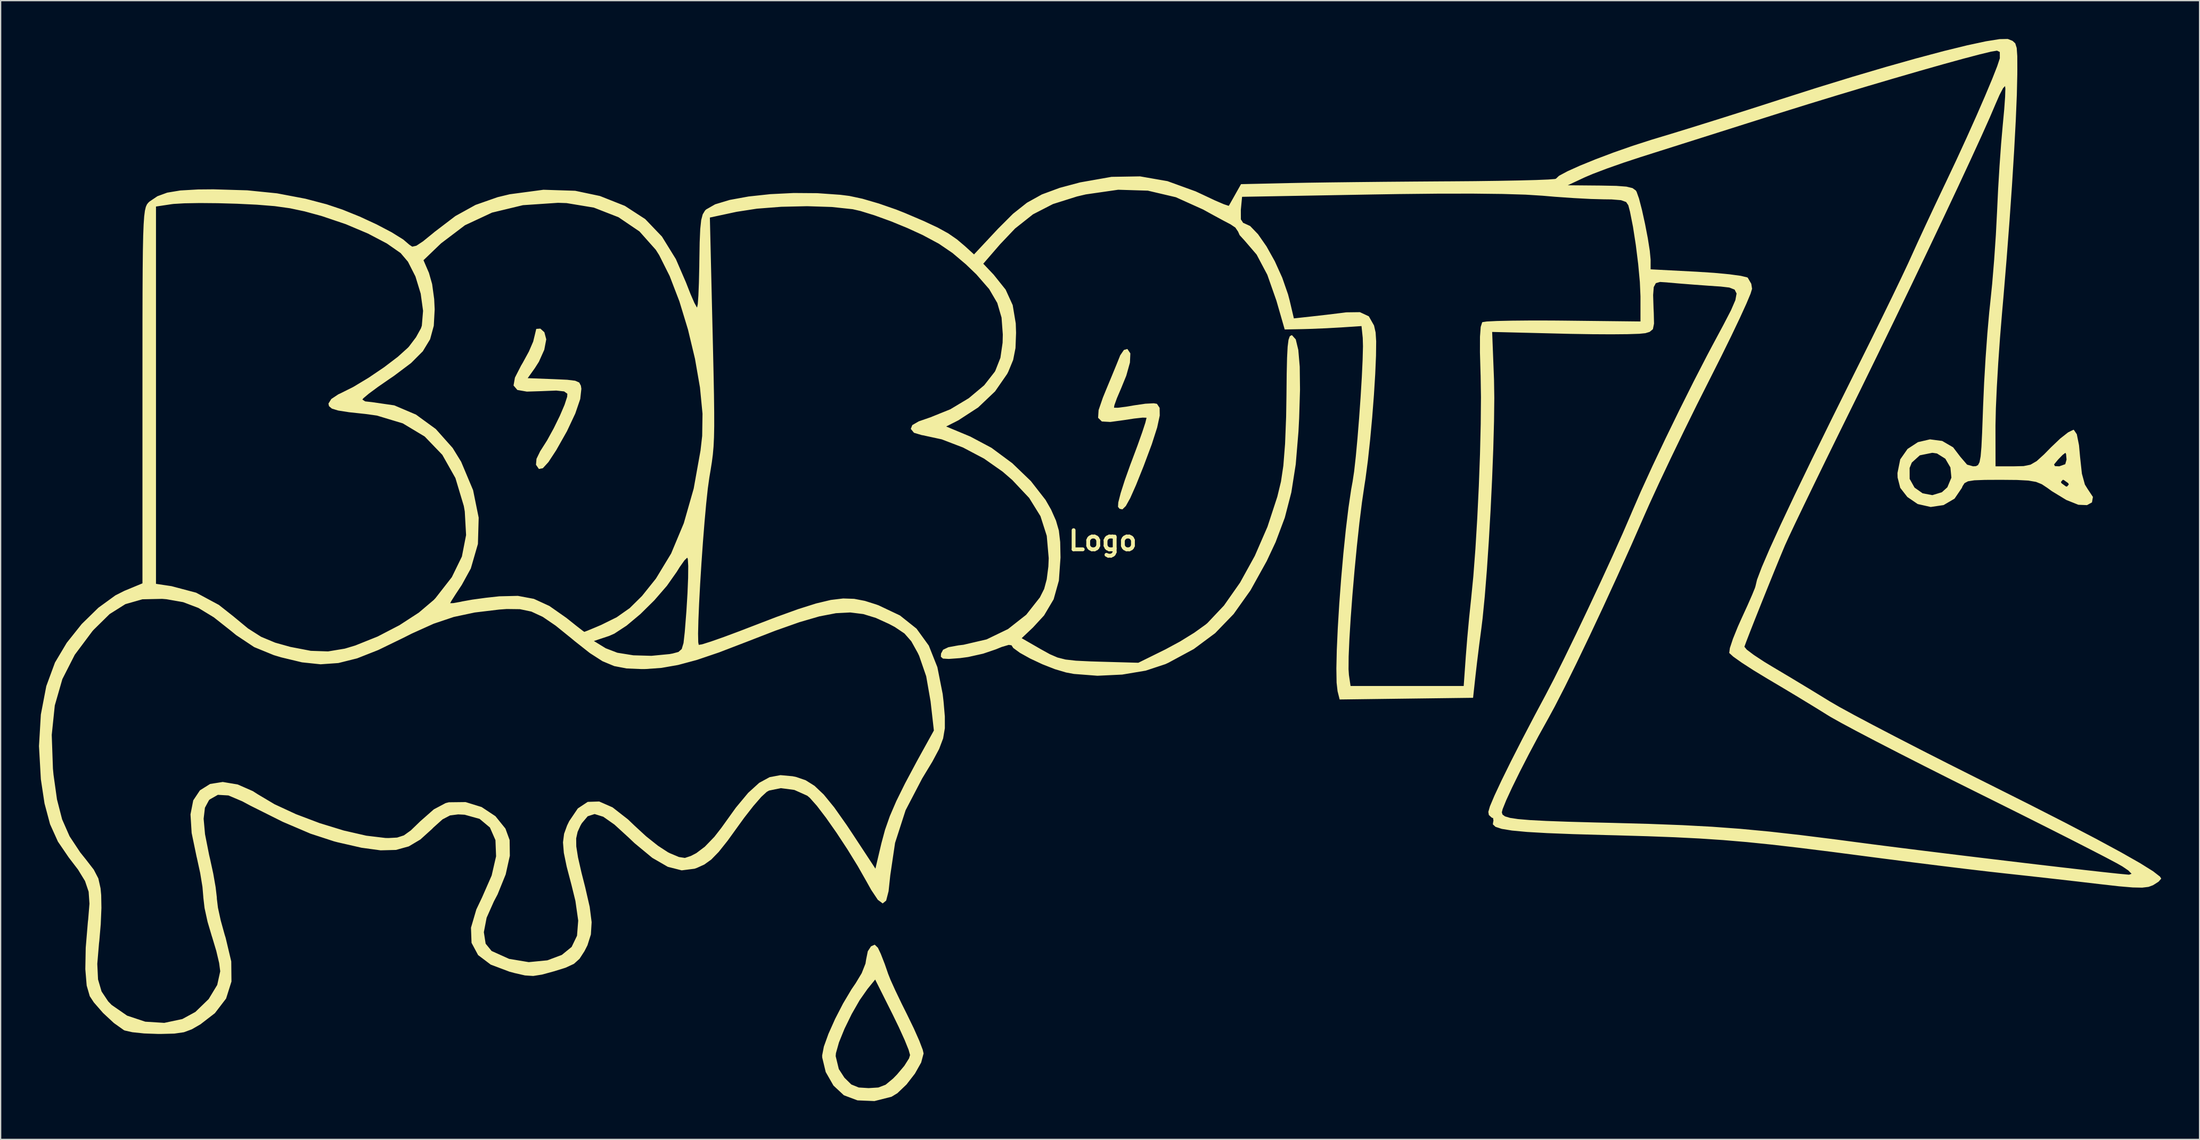
<source format=kicad_pcb>
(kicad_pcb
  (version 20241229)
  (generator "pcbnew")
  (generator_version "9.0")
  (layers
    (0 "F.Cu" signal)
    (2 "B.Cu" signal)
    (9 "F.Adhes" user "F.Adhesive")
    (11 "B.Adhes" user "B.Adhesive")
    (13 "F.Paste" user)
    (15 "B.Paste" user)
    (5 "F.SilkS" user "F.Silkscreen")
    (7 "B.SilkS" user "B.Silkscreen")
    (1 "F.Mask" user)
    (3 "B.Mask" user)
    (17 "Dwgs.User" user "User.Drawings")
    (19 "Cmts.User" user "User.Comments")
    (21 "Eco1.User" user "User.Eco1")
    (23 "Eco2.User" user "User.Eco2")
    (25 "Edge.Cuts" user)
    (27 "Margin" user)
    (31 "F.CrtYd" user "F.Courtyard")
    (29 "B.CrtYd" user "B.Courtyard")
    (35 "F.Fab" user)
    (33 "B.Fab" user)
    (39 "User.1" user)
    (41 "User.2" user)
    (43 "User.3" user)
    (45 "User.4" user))
  (footprint "Logo"
    (layer "F.Cu")
    (at 83.238 39.281)
    (property "Reference" "Logo" (at 0 0 0) (layer "F.SilkS") (effects (font (size 1.5 1.5) (thickness 0.3))))
    (attr board_only exclude_from_pos_files exclude_from_bom)
    (fp_poly (pts (xy -43.694 -16.317) (xy -43.547 -15.763) (xy -43.702 -14.946) (xy -44.122 -14.008) (xy -44.441 -13.506) (xy -44.999 -12.723) (xy -42.939 -12.645) (xy -41.904 -12.597) (xy -41.284 -12.522) (xy -40.967 -12.381) (xy -40.837 -12.133) (xy -40.799 -11.891) (xy -40.888 -11.09) (xy -41.275 -9.956) (xy -41.926 -8.571) (xy -42.763 -7.089) (xy -43.374 -6.155) (xy -43.813 -5.673) (xy -44.123 -5.612) (xy -44.349 -5.939) (xy -44.351 -5.944) (xy -44.311 -6.408) (xy -44.015 -7.017) (xy -43.979 -7.068) (xy -43.479 -7.856) (xy -42.961 -8.801) (xy -42.486 -9.771) (xy -42.115 -10.638) (xy -41.91 -11.27) (xy -41.897 -11.503) (xy -42.147 -11.685) (xy -42.76 -11.752) (xy -43.815 -11.711) (xy -43.841 -11.709) (xy -45.065 -11.67) (xy -45.808 -11.799) (xy -46.107 -12.148) (xy -45.998 -12.767) (xy -45.516 -13.71) (xy -45.386 -13.929) (xy -44.907 -14.807) (xy -44.57 -15.587) (xy -44.451 -16.073) (xy -44.33 -16.579) (xy -44.01 -16.603)) (stroke (width 0) (type solid)) (fill yes) (layer "F.SilkS"))
    (fp_poly (pts (xy 2.155 -14.665) (xy 2.123 -13.944) (xy 1.836 -12.917) (xy 1.435 -11.932) (xy 1.104 -11.158) (xy 0.905 -10.603) (xy 0.877 -10.411) (xy 1.165 -10.406) (xy 1.815 -10.487) (xy 2.471 -10.598) (xy 3.332 -10.723) (xy 3.987 -10.756) (xy 4.236 -10.714) (xy 4.445 -10.398) (xy 4.454 -9.796) (xy 4.253 -8.861) (xy 3.832 -7.548) (xy 3.19 -5.829) (xy 2.598 -4.353) (xy 2.145 -3.331) (xy 1.8 -2.712) (xy 1.532 -2.45) (xy 1.311 -2.496) (xy 1.188 -2.65) (xy 1.21 -2.995) (xy 1.399 -3.73) (xy 1.726 -4.754) (xy 2.159 -5.967) (xy 2.263 -6.24) (xy 2.718 -7.459) (xy 3.084 -8.489) (xy 3.328 -9.235) (xy 3.418 -9.604) (xy 3.414 -9.626) (xy 3.118 -9.634) (xy 2.453 -9.561) (xy 1.651 -9.439) (xy 0.584 -9.293) (xy -0.077 -9.332) (xy -0.369 -9.62) (xy -0.33 -10.222) (xy 0.005 -11.2) (xy 0.26 -11.825) (xy 0.69 -12.861) (xy 1.066 -13.775) (xy 1.32 -14.406) (xy 1.359 -14.507) (xy 1.649 -14.931) (xy 1.922 -15.008)) (stroke (width 0) (type solid)) (fill yes) (layer "F.SilkS"))
    (fp_poly (pts (xy -17.598 31.872) (xy -17.374 32.346) (xy -17.061 33.148) (xy -16.816 33.857) (xy -16.806 33.89) (xy -16.61 34.385) (xy -16.231 35.222) (xy -15.729 36.269) (xy -15.319 37.092) (xy -14.787 38.189) (xy -14.36 39.151) (xy -14.091 39.857) (xy -14.023 40.149) (xy -14.212 40.859) (xy -14.699 41.724) (xy -15.359 42.579) (xy -16.071 43.258) (xy -16.532 43.539) (xy -17.869 43.877) (xy -19.195 43.822) (xy -20.262 43.422) (xy -21.076 42.662) (xy -21.681 41.603) (xy -21.955 40.466) (xy -21.959 40.356) (xy -20.902 40.356) (xy -20.657 41.369) (xy -20.217 42.048) (xy -19.68 42.577) (xy -19.1 42.813) (xy -18.324 42.862) (xy -17.561 42.814) (xy -16.996 42.598) (xy -16.412 42.114) (xy -16.099 41.793) (xy -15.533 41.121) (xy -15.163 40.535) (xy -15.081 40.272) (xy -15.195 39.864) (xy -15.503 39.101) (xy -15.959 38.095) (xy -16.446 37.091) (xy -17.812 34.362) (xy -18.416 35.106) (xy -19.027 35.979) (xy -19.649 37.065) (xy -20.211 38.217) (xy -20.645 39.285) (xy -20.88 40.122) (xy -20.902 40.356) (xy -21.959 40.356) (xy -21.96 40.302) (xy -21.827 39.612) (xy -21.468 38.614) (xy -20.946 37.444) (xy -20.325 36.239) (xy -19.668 35.133) (xy -19.342 34.656) (xy -18.866 33.864) (xy -18.569 33.112) (xy -18.521 32.801) (xy -18.388 32.146) (xy -18.137 31.761) (xy -17.847 31.632)) (stroke (width 0) (type solid)) (fill yes) (layer "F.SilkS"))
    (fp_poly (pts (xy 70.852 -39.265) (xy 71.185 -39.13) (xy 71.394 -38.936) (xy 71.507 -38.574) (xy 71.551 -37.935) (xy 71.555 -36.91) (xy 71.552 -36.505) (xy 71.517 -34.925) (xy 71.433 -32.901) (xy 71.305 -30.518) (xy 71.14 -27.858) (xy 70.941 -25.005) (xy 70.715 -22.042) (xy 70.467 -19.053) (xy 70.362 -17.859) (xy 70.202 -15.917) (xy 70.062 -13.927) (xy 69.951 -12.029) (xy 69.876 -10.361) (xy 69.846 -9.063) (xy 69.845 -8.93) (xy 69.85 -5.821) (xy 71.3 -5.821) (xy 72.047 -5.839) (xy 72.584 -5.948) (xy 72.617 -5.967) (xy 74.429 -5.967) (xy 74.498 -5.835) (xy 74.836 -5.821) (xy 75.305 -5.987) (xy 75.406 -6.35) (xy 75.368 -6.781) (xy 75.315 -6.879) (xy 75.092 -6.707) (xy 74.745 -6.35) (xy 74.429 -5.967) (xy 72.617 -5.967) (xy 73.065 -6.226) (xy 73.647 -6.755) (xy 74.188 -7.306) (xy 74.91 -7.994) (xy 75.529 -8.48) (xy 75.931 -8.678) (xy 75.979 -8.674) (xy 76.21 -8.331) (xy 76.381 -7.471) (xy 76.465 -6.554) (xy 76.607 -5.247) (xy 76.84 -4.395) (xy 77.06 -4.041) (xy 77.47 -3.424) (xy 77.395 -2.997) (xy 77.007 -2.782) (xy 76.333 -2.809) (xy 75.388 -3.186) (xy 74.256 -3.876) (xy 73.903 -4.132) (xy 73.474 -4.417) (xy 73.024 -4.599) (xy 74.967 -4.599) (xy 75.009 -4.498) (xy 75.36 -4.243) (xy 75.437 -4.233) (xy 75.581 -4.396) (xy 75.539 -4.498) (xy 75.188 -4.753) (xy 75.11 -4.763) (xy 74.967 -4.599) (xy 73.024 -4.599) (xy 73.02 -4.601) (xy 72.416 -4.705) (xy 71.534 -4.752) (xy 70.258 -4.763) (xy 69.011 -4.757) (xy 68.191 -4.726) (xy 67.696 -4.648) (xy 67.423 -4.503) (xy 67.271 -4.268) (xy 67.214 -4.128) (xy 66.644 -3.291) (xy 65.785 -2.786) (xy 64.777 -2.637) (xy 63.76 -2.867) (xy 62.95 -3.419) (xy 62.394 -4.134) (xy 62.189 -4.934) (xy 62.177 -5.292) (xy 62.257 -5.69) (xy 63.127 -5.69) (xy 63.13 -4.837) (xy 63.513 -4.154) (xy 64.147 -3.707) (xy 64.903 -3.564) (xy 65.65 -3.79) (xy 66.08 -4.178) (xy 66.396 -4.934) (xy 66.319 -5.733) (xy 65.92 -6.417) (xy 65.269 -6.826) (xy 64.897 -6.879) (xy 63.926 -6.682) (xy 63.298 -6.113) (xy 63.127 -5.69) (xy 62.257 -5.69) (xy 62.393 -6.364) (xy 62.965 -7.181) (xy 63.779 -7.714) (xy 64.721 -7.932) (xy 65.676 -7.807) (xy 66.532 -7.308) (xy 67.099 -6.563) (xy 67.624 -5.952) (xy 68.097 -5.821) (xy 68.317 -5.833) (xy 68.48 -5.919) (xy 68.598 -6.149) (xy 68.683 -6.598) (xy 68.746 -7.337) (xy 68.8 -8.439) (xy 68.857 -9.976) (xy 68.876 -10.517) (xy 68.957 -12.363) (xy 69.073 -14.327) (xy 69.21 -16.225) (xy 69.355 -17.87) (xy 69.426 -18.534) (xy 69.587 -20.113) (xy 69.742 -21.991) (xy 69.875 -23.938) (xy 69.967 -25.726) (xy 69.971 -25.81) (xy 70.052 -27.518) (xy 70.162 -29.336) (xy 70.285 -31.058) (xy 70.409 -32.48) (xy 70.422 -32.618) (xy 70.531 -33.787) (xy 70.599 -34.747) (xy 70.619 -35.387) (xy 70.595 -35.591) (xy 70.442 -35.433) (xy 70.163 -34.9) (xy 69.854 -34.194) (xy 69.403 -33.137) (xy 68.744 -31.664) (xy 67.905 -29.832) (xy 66.913 -27.698) (xy 65.795 -25.322) (xy 64.579 -22.76) (xy 63.293 -20.069) (xy 61.962 -17.309) (xy 60.615 -14.536) (xy 59.28 -11.808) (xy 58.611 -10.451) (xy 57.565 -8.329) (xy 56.568 -6.296) (xy 55.651 -4.413) (xy 54.843 -2.744) (xy 54.175 -1.353) (xy 53.679 -0.301) (xy 53.383 0.348) (xy 53.362 0.397) (xy 52.999 1.267) (xy 52.545 2.378) (xy 52.04 3.624) (xy 51.526 4.905) (xy 51.044 6.115) (xy 50.636 7.153) (xy 50.342 7.915) (xy 50.203 8.297) (xy 50.201 8.307) (xy 50.387 8.533) (xy 50.94 8.95) (xy 51.763 9.491) (xy 52.388 9.869) (xy 53.705 10.653) (xy 55.197 11.553) (xy 56.589 12.403) (xy 56.896 12.592) (xy 57.632 13.019) (xy 58.778 13.646) (xy 60.268 14.437) (xy 62.037 15.36) (xy 64.019 16.381) (xy 66.15 17.465) (xy 68.364 18.578) (xy 69.067 18.929) (xy 72.403 20.603) (xy 75.285 22.074) (xy 77.707 23.339) (xy 79.665 24.398) (xy 81.156 25.246) (xy 82.175 25.882) (xy 82.718 26.304) (xy 82.815 26.46) (xy 82.608 26.698) (xy 82.178 26.974) (xy 81.822 27.107) (xy 81.322 27.167) (xy 80.582 27.152) (xy 79.508 27.061) (xy 78.011 26.892) (xy 76.317 26.693) (xy 74.346 26.468) (xy 72.349 26.245) (xy 70.644 26.059) (xy 69.267 25.905) (xy 67.496 25.696) (xy 65.461 25.447) (xy 63.292 25.176) (xy 61.119 24.897) (xy 59.928 24.742) (xy 57.016 24.362) (xy 54.525 24.051) (xy 52.35 23.799) (xy 50.388 23.599) (xy 48.537 23.442) (xy 46.692 23.319) (xy 44.75 23.221) (xy 42.609 23.141) (xy 40.164 23.07) (xy 39.291 23.048) (xy 36.783 22.976) (xy 34.763 22.897) (xy 33.188 22.806) (xy 32.018 22.697) (xy 31.211 22.565) (xy 30.725 22.405) (xy 30.518 22.211) (xy 30.549 21.978) (xy 30.568 21.947) (xy 30.534 21.713) (xy 30.443 21.696) (xy 30.206 21.478) (xy 30.17 21.27) (xy 31.221 21.27) (xy 31.275 21.445) (xy 31.47 21.587) (xy 31.86 21.704) (xy 32.494 21.799) (xy 33.424 21.877) (xy 34.703 21.944) (xy 36.38 22.005) (xy 38.509 22.064) (xy 39.82 22.095) (xy 42.761 22.175) (xy 45.327 22.272) (xy 47.655 22.397) (xy 49.884 22.561) (xy 52.152 22.775) (xy 54.599 23.05) (xy 57.362 23.396) (xy 58.851 23.593) (xy 60.399 23.796) (xy 62.224 24.028) (xy 64.253 24.282) (xy 66.417 24.549) (xy 68.647 24.82) (xy 70.87 25.087) (xy 73.017 25.343) (xy 75.019 25.577) (xy 76.803 25.783) (xy 78.301 25.951) (xy 79.442 26.073) (xy 80.155 26.141) (xy 80.301 26.152) (xy 80.494 26.082) (xy 80.24 25.821) (xy 79.772 25.503) (xy 79.31 25.242) (xy 78.43 24.775) (xy 77.186 24.132) (xy 75.636 23.34) (xy 73.834 22.429) (xy 71.838 21.426) (xy 69.702 20.36) (xy 68.659 19.842) (xy 66.438 18.735) (xy 64.297 17.656) (xy 62.298 16.638) (xy 60.503 15.712) (xy 58.973 14.911) (xy 57.771 14.266) (xy 56.957 13.809) (xy 56.753 13.686) (xy 55.753 13.065) (xy 54.475 12.286) (xy 53.096 11.458) (xy 52.023 10.822) (xy 50.918 10.151) (xy 49.988 9.549) (xy 49.324 9.077) (xy 49.02 8.799) (xy 49.014 8.786) (xy 49.063 8.411) (xy 49.303 7.684) (xy 49.691 6.725) (xy 49.973 6.094) (xy 50.439 5.076) (xy 50.805 4.242) (xy 51.024 3.705) (xy 51.065 3.572) (xy 51.189 3.052) (xy 51.561 2.072) (xy 52.177 0.637) (xy 53.035 -1.247) (xy 54.132 -3.574) (xy 55.466 -6.338) (xy 57.033 -9.533) (xy 58.831 -13.154) (xy 59.199 -13.891) (xy 60.093 -15.689) (xy 60.968 -17.467) (xy 61.777 -19.126) (xy 62.471 -20.57) (xy 63.005 -21.702) (xy 63.243 -22.225) (xy 63.741 -23.324) (xy 64.392 -24.731) (xy 65.117 -26.279) (xy 65.837 -27.798) (xy 65.956 -28.046) (xy 66.779 -29.79) (xy 67.589 -31.553) (xy 68.35 -33.252) (xy 69.025 -34.805) (xy 69.58 -36.129) (xy 69.979 -37.142) (xy 70.184 -37.762) (xy 70.186 -37.769) (xy 70.183 -38.26) (xy 69.966 -38.365) (xy 69.51 -38.289) (xy 68.611 -38.073) (xy 67.332 -37.736) (xy 65.734 -37.296) (xy 63.88 -36.769) (xy 61.832 -36.174) (xy 59.652 -35.53) (xy 57.403 -34.853) (xy 55.147 -34.163) (xy 52.946 -33.476) (xy 52.52 -33.341) (xy 50.448 -32.685) (xy 48.373 -32.027) (xy 46.396 -31.401) (xy 44.62 -30.838) (xy 43.144 -30.37) (xy 42.071 -30.03) (xy 42.069 -30.029) (xy 40.725 -29.586) (xy 39.425 -29.128) (xy 38.333 -28.713) (xy 37.703 -28.445) (xy 36.38 -27.825) (xy 38.951 -27.803) (xy 40.173 -27.779) (xy 40.97 -27.719) (xy 41.444 -27.605) (xy 41.699 -27.421) (xy 41.765 -27.318) (xy 41.954 -26.786) (xy 42.185 -25.895) (xy 42.425 -24.806) (xy 42.641 -23.685) (xy 42.797 -22.695) (xy 42.862 -22) (xy 42.862 -21.971) (xy 42.862 -21.244) (xy 46.495 -21.055) (xy 47.848 -20.967) (xy 49.024 -20.856) (xy 49.914 -20.735) (xy 50.411 -20.616) (xy 50.463 -20.587) (xy 50.737 -20.114) (xy 50.8 -19.72) (xy 50.683 -19.336) (xy 50.353 -18.549) (xy 49.842 -17.428) (xy 49.181 -16.039) (xy 48.401 -14.45) (xy 47.535 -12.729) (xy 47.498 -12.656) (xy 46.496 -10.667) (xy 45.463 -8.568) (xy 44.456 -6.483) (xy 43.536 -4.538) (xy 42.763 -2.855) (xy 42.369 -1.965) (xy 41.34 0.378) (xy 40.256 2.788) (xy 39.156 5.182) (xy 38.078 7.48) (xy 37.062 9.599) (xy 36.145 11.46) (xy 35.366 12.979) (xy 34.871 13.891) (xy 34.095 15.289) (xy 33.334 16.719) (xy 32.629 18.093) (xy 32.024 19.326) (xy 31.561 20.33) (xy 31.283 21.02) (xy 31.221 21.27) (xy 30.17 21.27) (xy 30.164 21.233) (xy 30.288 20.802) (xy 30.642 19.963) (xy 31.198 18.773) (xy 31.929 17.287) (xy 32.809 15.56) (xy 33.809 13.648) (xy 34.639 12.095) (xy 35.293 10.837) (xy 36.105 9.207) (xy 37.024 7.316) (xy 37.994 5.278) (xy 38.964 3.205) (xy 39.88 1.209) (xy 40.689 -0.597) (xy 41.338 -2.1) (xy 41.4 -2.249) (xy 42.102 -3.865) (xy 42.996 -5.82) (xy 44.023 -7.989) (xy 45.123 -10.248) (xy 46.234 -12.471) (xy 47.297 -14.533) (xy 47.728 -15.346) (xy 48.558 -16.894) (xy 49.148 -18.033) (xy 49.493 -18.83) (xy 49.589 -19.35) (xy 49.433 -19.657) (xy 49.021 -19.818) (xy 48.348 -19.896) (xy 47.449 -19.956) (xy 46.25 -20.044) (xy 45.13 -20.132) (xy 44.285 -20.205) (xy 44.119 -20.221) (xy 43.598 -20.255) (xy 43.273 -20.163) (xy 43.107 -19.853) (xy 43.059 -19.23) (xy 43.091 -18.2) (xy 43.11 -17.805) (xy 43.129 -16.993) (xy 43.041 -16.557) (xy 42.783 -16.345) (xy 42.454 -16.245) (xy 41.978 -16.197) (xy 41.065 -16.167) (xy 39.803 -16.156) (xy 38.283 -16.164) (xy 36.597 -16.191) (xy 36.097 -16.203) (xy 30.464 -16.342) (xy 30.609 -12.603) (xy 30.631 -11.182) (xy 30.61 -9.342) (xy 30.551 -7.194) (xy 30.46 -4.845) (xy 30.342 -2.405) (xy 30.203 0.018) (xy 30.049 2.314) (xy 29.884 4.375) (xy 29.715 6.091) (xy 29.618 6.879) (xy 29.448 8.173) (xy 29.277 9.557) (xy 29.159 10.583) (xy 28.971 12.303) (xy 23.751 12.368) (xy 18.53 12.434) (xy 18.367 11.783) (xy 18.292 11.113) (xy 18.274 10.007) (xy 18.307 8.551) (xy 18.385 6.834) (xy 18.501 4.943) (xy 18.649 2.968) (xy 18.823 0.996) (xy 19.016 -0.885) (xy 19.222 -2.587) (xy 19.434 -4.022) (xy 19.545 -4.63) (xy 19.664 -5.419) (xy 19.794 -6.586) (xy 19.927 -8.02) (xy 20.055 -9.607) (xy 20.17 -11.234) (xy 20.264 -12.787) (xy 20.328 -14.153) (xy 20.356 -15.22) (xy 20.338 -15.874) (xy 20.338 -15.875) (xy 20.241 -16.801) (xy 18.653 -16.696) (xy 17.469 -16.63) (xy 16.224 -16.579) (xy 15.649 -16.563) (xy 14.232 -16.536) (xy 13.585 -18.785) (xy 12.871 -20.818) (xy 12.033 -22.4) (xy 11.1 -23.488) (xy 10.706 -23.92) (xy 10.581 -24.202) (xy 10.369 -24.515) (xy 9.986 -24.771) (xy 9.446 -25.054) (xy 8.634 -25.494) (xy 7.905 -25.896) (xy 10.799 -25.896) (xy 10.802 -25.156) (xy 10.988 -24.873) (xy 11.012 -24.871) (xy 11.528 -24.635) (xy 12.146 -23.991) (xy 12.809 -23.038) (xy 13.46 -21.871) (xy 14.04 -20.587) (xy 14.493 -19.284) (xy 14.624 -18.785) (xy 14.949 -17.403) (xy 16.404 -17.562) (xy 17.506 -17.687) (xy 18.623 -17.823) (xy 19.05 -17.877) (xy 20.115 -17.891) (xy 20.814 -17.565) (xy 21.222 -16.845) (xy 21.345 -16.302) (xy 21.389 -15.602) (xy 21.376 -14.482) (xy 21.315 -13.048) (xy 21.213 -11.404) (xy 21.078 -9.656) (xy 20.917 -7.91) (xy 20.74 -6.27) (xy 20.552 -4.841) (xy 20.475 -4.352) (xy 20.277 -3.006) (xy 20.075 -1.381) (xy 19.879 0.431) (xy 19.695 2.338) (xy 19.531 4.249) (xy 19.395 6.069) (xy 19.294 7.708) (xy 19.235 9.074) (xy 19.227 10.073) (xy 19.257 10.517) (xy 19.384 11.377) (xy 23.81 11.377) (xy 28.237 11.377) (xy 28.401 9.062) (xy 28.515 7.632) (xy 28.66 6.055) (xy 28.806 4.658) (xy 28.814 4.585) (xy 28.99 2.794) (xy 29.154 0.636) (xy 29.298 -1.763) (xy 29.42 -4.275) (xy 29.512 -6.775) (xy 29.569 -9.136) (xy 29.588 -11.231) (xy 29.561 -12.935) (xy 29.557 -13.028) (xy 29.508 -14.741) (xy 29.511 -15.965) (xy 29.568 -16.736) (xy 29.681 -17.089) (xy 29.705 -17.11) (xy 30.045 -17.16) (xy 30.835 -17.199) (xy 31.996 -17.225) (xy 33.449 -17.238) (xy 35.114 -17.236) (xy 36.035 -17.228) (xy 42.069 -17.162) (xy 42.069 -19.13) (xy 42.02 -20.254) (xy 41.89 -21.654) (xy 41.703 -23.156) (xy 41.481 -24.584) (xy 41.248 -25.76) (xy 41.117 -26.26) (xy 40.945 -26.515) (xy 40.548 -26.658) (xy 39.808 -26.718) (xy 39.207 -26.725) (xy 38.186 -26.752) (xy 36.84 -26.823) (xy 35.372 -26.925) (xy 34.396 -27.008) (xy 33.084 -27.091) (xy 31.274 -27.145) (xy 28.996 -27.171) (xy 26.279 -27.169) (xy 23.155 -27.137) (xy 21.125 -27.105) (xy 10.897 -26.922) (xy 10.799 -25.896) (xy 7.905 -25.896) (xy 7.857 -25.923) (xy 5.713 -26.89) (xy 3.522 -27.404) (xy 1.202 -27.475) (xy -1.332 -27.11) (xy -2.024 -26.947) (xy -3.902 -26.354) (xy -5.459 -25.553) (xy -6.865 -24.44) (xy -8.031 -23.212) (xy -9.353 -21.684) (xy -8.543 -20.83) (xy -7.604 -19.656) (xy -7.051 -18.442) (xy -6.811 -17.007) (xy -6.787 -16.272) (xy -6.832 -15.077) (xy -7.015 -14.15) (xy -7.392 -13.234) (xy -7.483 -13.055) (xy -8.429 -11.689) (xy -9.752 -10.431) (xy -11.299 -9.425) (xy -11.353 -9.397) (xy -12.255 -8.939) (xy -10.369 -8.152) (xy -8.712 -7.27) (xy -7.086 -6.066) (xy -5.629 -4.665) (xy -4.48 -3.19) (xy -4.048 -2.435) (xy -3.664 -1.571) (xy -3.439 -0.791) (xy -3.335 0.11) (xy -3.31 1.323) (xy -3.437 3.128) (xy -3.848 4.593) (xy -4.596 5.854) (xy -5.46 6.794) (xy -6.348 7.635) (xy -4.828 8.511) (xy -4.136 8.893) (xy -3.545 9.148) (xy -2.914 9.307) (xy -2.103 9.398) (xy -0.972 9.452) (xy -0.265 9.474) (xy 2.778 9.56) (xy 4.895 8.515) (xy 6.036 7.899) (xy 7.153 7.209) (xy 8.037 6.574) (xy 8.179 6.456) (xy 9.48 5.078) (xy 10.737 3.286) (xy 11.891 1.193) (xy 12.883 -1.087) (xy 13.653 -3.439) (xy 13.94 -4.626) (xy 14.125 -5.867) (xy 14.261 -7.584) (xy 14.344 -9.725) (xy 14.369 -11.319) (xy 14.387 -13.046) (xy 14.416 -14.312) (xy 14.461 -15.181) (xy 14.529 -15.722) (xy 14.626 -16) (xy 14.757 -16.083) (xy 14.81 -16.079) (xy 15.097 -15.758) (xy 15.296 -14.931) (xy 15.408 -13.616) (xy 15.43 -11.828) (xy 15.362 -9.585) (xy 15.308 -8.541) (xy 15.095 -5.976) (xy 14.751 -3.78) (xy 14.24 -1.802) (xy 13.523 0.11) (xy 12.826 1.597) (xy 11.555 3.889) (xy 10.238 5.742) (xy 8.788 7.244) (xy 7.117 8.486) (xy 5.139 9.555) (xy 4.895 9.668) (xy 3.355 10.177) (xy 1.517 10.485) (xy -0.42 10.577) (xy -2.259 10.435) (xy -2.876 10.32) (xy -3.75 10.061) (xy -4.726 9.678) (xy -5.679 9.231) (xy -6.481 8.785) (xy -7.007 8.402) (xy -7.144 8.192) (xy -7.359 8.16) (xy -7.909 8.322) (xy -8.371 8.51) (xy -9.362 8.847) (xy -10.54 9.11) (xy -11.176 9.196) (xy -12.048 9.26) (xy -12.509 9.233) (xy -12.672 9.088) (xy -12.657 8.837) (xy -12.498 8.54) (xy -12.083 8.342) (xy -11.295 8.198) (xy -10.903 8.151) (xy -9.09 7.729) (xy -7.416 6.92) (xy -5.991 5.799) (xy -4.923 4.442) (xy -4.59 3.779) (xy -4.389 3.029) (xy -4.26 2.024) (xy -4.233 1.371) (xy -4.386 -0.378) (xy -4.878 -1.917) (xy -5.761 -3.342) (xy -7.084 -4.749) (xy -7.838 -5.403) (xy -9.293 -6.425) (xy -10.941 -7.295) (xy -12.603 -7.932) (xy -14.101 -8.256) (xy -14.153 -8.261) (xy -14.777 -8.447) (xy -15.024 -8.752) (xy -14.909 -9.047) (xy -14.404 -9.341) (xy -13.478 -9.662) (xy -11.931 -10.287) (xy -10.487 -11.154) (xy -9.283 -12.165) (xy -8.456 -13.222) (xy -8.407 -13.312) (xy -8.012 -14.317) (xy -7.841 -15.496) (xy -7.825 -16.14) (xy -7.923 -17.465) (xy -8.258 -18.612) (xy -8.894 -19.7) (xy -9.894 -20.849) (xy -10.717 -21.639) (xy -11.761 -22.522) (xy -12.829 -23.25) (xy -14.099 -23.931) (xy -15.286 -24.475) (xy -16.578 -25.005) (xy -17.86 -25.47) (xy -18.962 -25.811) (xy -19.572 -25.951) (xy -21.204 -26.125) (xy -23.135 -26.187) (xy -25.159 -26.141) (xy -27.071 -25.992) (xy -28.662 -25.746) (xy -30.745 -25.298) (xy -30.568 -17.875) (xy -30.506 -15.283) (xy -30.458 -13.158) (xy -30.424 -11.438) (xy -30.407 -10.062) (xy -30.405 -8.966) (xy -30.422 -8.09) (xy -30.457 -7.371) (xy -30.512 -6.747) (xy -30.588 -6.157) (xy -30.686 -5.538) (xy -30.786 -4.947) (xy -30.906 -4.087) (xy -31.033 -2.898) (xy -31.162 -1.468) (xy -31.288 0.115) (xy -31.404 1.765) (xy -31.506 3.394) (xy -31.587 4.914) (xy -31.643 6.239) (xy -31.668 7.28) (xy -31.655 7.95) (xy -31.616 8.16) (xy -31.34 8.112) (xy -30.66 7.897) (xy -29.664 7.547) (xy -28.439 7.09) (xy -27.718 6.812) (xy -25.571 5.987) (xy -23.833 5.359) (xy -22.429 4.915) (xy -21.282 4.641) (xy -20.315 4.525) (xy -19.453 4.554) (xy -18.619 4.714) (xy -17.737 4.993) (xy -17.539 5.065) (xy -15.871 5.857) (xy -14.576 6.888) (xy -13.614 8.217) (xy -12.945 9.902) (xy -12.529 12.003) (xy -12.46 12.602) (xy -12.36 13.77) (xy -12.359 14.685) (xy -12.495 15.485) (xy -12.807 16.309) (xy -13.333 17.295) (xy -14.111 18.581) (xy -14.131 18.613) (xy -15.431 21.107) (xy -16.254 23.66) (xy -16.629 26.194) (xy -16.763 27.448) (xy -16.952 28.181) (xy -17.223 28.403) (xy -17.604 28.119) (xy -18.124 27.34) (xy -18.468 26.723) (xy -19.18 25.47) (xy -19.992 24.152) (xy -20.839 22.863) (xy -21.655 21.701) (xy -22.373 20.759) (xy -22.929 20.133) (xy -23.128 19.967) (xy -24.134 19.517) (xy -25.194 19.377) (xy -26.11 19.565) (xy -26.295 19.667) (xy -26.723 20.062) (xy -27.343 20.777) (xy -28.055 21.69) (xy -28.449 22.234) (xy -29.35 23.484) (xy -30.052 24.367) (xy -30.634 24.965) (xy -31.18 25.357) (xy -31.77 25.625) (xy -31.947 25.686) (xy -32.951 25.813) (xy -34.037 25.536) (xy -35.251 24.833) (xy -36.64 23.683) (xy -37.089 23.256) (xy -38.213 22.228) (xy -39.085 21.616) (xy -39.763 21.404) (xy -40.304 21.578) (xy -40.765 22.124) (xy -40.871 22.31) (xy -41.094 22.799) (xy -41.206 23.309) (xy -41.198 23.942) (xy -41.062 24.801) (xy -40.791 25.99) (xy -40.504 27.12) (xy -40.147 28.676) (xy -39.996 29.87) (xy -40.054 30.829) (xy -40.322 31.679) (xy -40.56 32.147) (xy -40.944 32.738) (xy -41.381 33.132) (xy -42.031 33.434) (xy -42.92 33.712) (xy -43.881 33.974) (xy -44.568 34.082) (xy -45.211 34.04) (xy -46.041 33.85) (xy -46.419 33.749) (xy -47.891 33.194) (xy -48.88 32.446) (xy -49.393 31.489) (xy -49.437 30.303) (xy -49.017 28.871) (xy -48.569 27.929) (xy -47.819 26.218) (xy -47.473 24.712) (xy -47.522 23.446) (xy -47.955 22.458) (xy -48.762 21.783) (xy -49.932 21.457) (xy -50.439 21.431) (xy -51.077 21.513) (xy -51.662 21.82) (xy -52.362 22.447) (xy -52.5 22.587) (xy -53.395 23.396) (xy -54.3 23.935) (xy -55.308 24.214) (xy -56.51 24.246) (xy -58 24.043) (xy -59.87 23.615) (xy -60.154 23.541) (xy -61.989 22.942) (xy -64.162 22.014) (xy -66.699 20.746) (xy -67.326 20.41) (xy -68.413 19.948) (xy -69.241 19.9) (xy -69.88 20.263) (xy -69.941 20.328) (xy -70.253 20.908) (xy -70.355 21.772) (xy -70.246 22.983) (xy -69.926 24.604) (xy -69.852 24.92) (xy -69.603 26.063) (xy -69.417 27.126) (xy -69.324 27.916) (xy -69.319 28.046) (xy -69.235 28.738) (xy -69.017 29.737) (xy -68.709 30.851) (xy -68.634 31.089) (xy -68.193 32.946) (xy -68.177 34.517) (xy -68.598 35.85) (xy -69.472 36.993) (xy -70.605 37.868) (xy -71.282 38.259) (xy -71.9 38.488) (xy -72.643 38.594) (xy -73.696 38.622) (xy -73.937 38.621) (xy -75.013 38.582) (xy -75.933 38.486) (xy -76.53 38.352) (xy -76.597 38.322) (xy -77.378 37.766) (xy -78.225 36.979) (xy -78.945 36.153) (xy -79.265 35.666) (xy -79.506 34.833) (xy -79.612 33.548) (xy -79.581 31.874) (xy -79.414 29.87) (xy -79.387 29.635) (xy -79.288 28.423) (xy -79.353 27.484) (xy -79.635 26.649) (xy -80.187 25.748) (xy -80.911 24.802) (xy -81.756 23.563) (xy -82.372 22.198) (xy -82.805 20.573) (xy -83.091 18.682) (xy -83.238 16.083) (xy -83.186 15.208) (xy -82.239 15.208) (xy -82.146 17.846) (xy -82.1 18.33) (xy -81.829 20.26) (xy -81.429 21.816) (xy -80.843 23.147) (xy -80.014 24.402) (xy -79.592 24.928) (xy -78.951 25.757) (xy -78.593 26.445) (xy -78.42 27.22) (xy -78.37 27.753) (xy -78.352 28.751) (xy -78.405 30.024) (xy -78.516 31.322) (xy -78.541 31.528) (xy -78.676 33.135) (xy -78.617 34.354) (xy -78.341 35.294) (xy -77.825 36.069) (xy -77.554 36.35) (xy -76.34 37.19) (xy -74.92 37.661) (xy -73.434 37.754) (xy -72.022 37.455) (xy -70.999 36.896) (xy -69.963 35.892) (xy -69.291 34.783) (xy -69.057 33.715) (xy -69.142 33.066) (xy -69.366 32.117) (xy -69.683 31.061) (xy -69.718 30.956) (xy -70.046 29.845) (xy -70.283 28.764) (xy -70.379 27.94) (xy -70.379 27.91) (xy -70.447 27.108) (xy -70.625 26.019) (xy -70.877 24.864) (xy -70.908 24.739) (xy -71.293 22.885) (xy -71.383 21.431) (xy -71.169 20.334) (xy -70.645 19.548) (xy -69.849 19.049) (xy -68.859 18.892) (xy -67.685 19.091) (xy -66.499 19.612) (xy -66.146 19.84) (xy -64.806 20.637) (xy -63.134 21.412) (xy -61.281 22.114) (xy -59.396 22.693) (xy -57.63 23.098) (xy -56.132 23.278) (xy -55.895 23.283) (xy -55.215 23.246) (xy -54.686 23.075) (xy -54.142 22.683) (xy -53.418 21.983) (xy -53.407 21.972) (xy -52.342 21.035) (xy -51.42 20.546) (xy -51.168 20.482) (xy -49.859 20.467) (xy -48.604 20.856) (xy -47.524 21.572) (xy -46.741 22.542) (xy -46.413 23.439) (xy -46.396 24.667) (xy -46.721 26.13) (xy -47.354 27.694) (xy -47.642 28.24) (xy -48.213 29.522) (xy -48.43 30.653) (xy -48.289 31.555) (xy -47.823 32.126) (xy -46.455 32.743) (xy -44.917 32.999) (xy -43.458 32.857) (xy -42.328 32.433) (xy -41.562 31.809) (xy -41.14 30.931) (xy -41.047 29.747) (xy -41.266 28.204) (xy -41.565 26.988) (xy -41.949 25.522) (xy -42.172 24.44) (xy -42.238 23.622) (xy -42.152 22.95) (xy -41.918 22.303) (xy -41.752 21.961) (xy -41.077 20.964) (xy -40.302 20.451) (xy -39.404 20.422) (xy -38.361 20.88) (xy -37.15 21.825) (xy -36.634 22.319) (xy -35.731 23.15) (xy -34.806 23.886) (xy -34.026 24.395) (xy -33.867 24.474) (xy -33.164 24.769) (xy -32.699 24.84) (xy -32.229 24.685) (xy -31.801 24.461) (xy -31.141 23.962) (xy -30.396 23.191) (xy -29.85 22.49) (xy -28.712 20.903) (xy -27.747 19.743) (xy -26.888 18.962) (xy -26.068 18.516) (xy -25.22 18.358) (xy -24.276 18.444) (xy -23.981 18.506) (xy -23.254 18.756) (xy -22.559 19.193) (xy -21.834 19.88) (xy -21.016 20.882) (xy -20.042 22.263) (xy -19.579 22.959) (xy -17.792 25.678) (xy -17.324 23.692) (xy -17.039 22.635) (xy -16.665 21.568) (xy -16.158 20.39) (xy -15.472 19.001) (xy -14.564 17.299) (xy -14.194 16.626) (xy -13.218 14.863) (xy -13.478 12.574) (xy -13.819 10.617) (xy -14.369 9.021) (xy -14.48 8.787) (xy -14.985 7.878) (xy -15.519 7.268) (xy -16.272 6.761) (xy -16.732 6.517) (xy -17.756 6.05) (xy -18.74 5.748) (xy -19.757 5.621) (xy -20.881 5.679) (xy -22.186 5.93) (xy -23.745 6.385) (xy -25.632 7.052) (xy -27.921 7.941) (xy -27.936 7.946) (xy -30.034 8.752) (xy -31.765 9.339) (xy -33.232 9.733) (xy -34.536 9.962) (xy -35.779 10.051) (xy -36.096 10.054) (xy -37.261 10.005) (xy -38.233 9.819) (xy -39.147 9.437) (xy -40.138 8.8) (xy -41.333 7.856) (xy -39.82 7.856) (xy -38.894 8.425) (xy -37.984 8.775) (xy -36.734 8.976) (xy -35.316 9.016) (xy -33.903 8.88) (xy -33.653 8.834) (xy -33.205 8.713) (xy -32.948 8.485) (xy -32.807 8.015) (xy -32.712 7.168) (xy -32.702 7.048) (xy -32.582 5.527) (xy -32.496 4.116) (xy -32.447 2.905) (xy -32.438 1.982) (xy -32.471 1.438) (xy -32.517 1.33) (xy -32.734 1.541) (xy -33.107 2.07) (xy -33.337 2.44) (xy -34.105 3.532) (xy -35.09 4.67) (xy -36.179 5.746) (xy -37.26 6.651) (xy -38.219 7.279) (xy -38.629 7.46) (xy -39.82 7.856) (xy -41.333 7.856) (xy -41.341 7.85) (xy -41.552 7.673) (xy -42.809 6.656) (xy -43.821 5.966) (xy -44.712 5.552) (xy -45.608 5.364) (xy -46.634 5.351) (xy -47.228 5.394) (xy -49.142 5.624) (xy -50.783 5.973) (xy -52.357 6.503) (xy -54.071 7.276) (xy -54.735 7.611) (xy -56.693 8.562) (xy -58.345 9.214) (xy -59.81 9.581) (xy -61.208 9.68) (xy -62.658 9.527) (xy -64.278 9.138) (xy -64.864 8.963) (xy -66.401 8.333) (xy -67.816 7.391) (xy -68.171 7.098) (xy -69.557 6.003) (xy -70.769 5.265) (xy -71.954 4.815) (xy -73.254 4.586) (xy -73.599 4.557) (xy -75.145 4.59) (xy -76.478 4.97) (xy -77.712 5.748) (xy -78.963 6.979) (xy -79.065 7.096) (xy -80.437 8.932) (xy -81.408 10.838) (xy -82.001 12.901) (xy -82.239 15.208) (xy -83.186 15.208) (xy -83.092 13.614) (xy -82.666 11.387) (xy -81.987 9.542) (xy -81.067 7.998) (xy -79.895 6.527) (xy -78.588 5.249) (xy -77.263 4.286) (xy -76.568 3.933) (xy -75.142 3.342) (xy -75.142 -11.367) (xy -75.141 -14.526) (xy -75.14 -17.199) (xy -75.135 -19.427) (xy -75.125 -21.253) (xy -75.109 -22.719) (xy -75.085 -23.867) (xy -75.051 -24.741) (xy -75.007 -25.381) (xy -74.95 -25.831) (xy -74.878 -26.133) (xy -74.866 -26.161) (xy -74.083 -26.161) (xy -74.083 -11.391) (xy -74.083 3.38) (xy -72.868 3.562) (xy -70.939 4.074) (xy -69.161 5.031) (xy -68.033 5.922) (xy -66.88 6.875) (xy -65.856 7.527) (xy -64.753 7.987) (xy -63.568 8.318) (xy -61.969 8.625) (xy -60.62 8.671) (xy -59.307 8.453) (xy -58.494 8.209) (xy -56.742 7.506) (xy -55.034 6.619) (xy -53.521 5.636) (xy -52.354 4.646) (xy -52.214 4.498) (xy -50.937 2.86) (xy -50.148 1.244) (xy -49.82 -0.44) (xy -49.923 -2.287) (xy -49.999 -2.718) (xy -50.655 -4.904) (xy -51.68 -6.721) (xy -53.057 -8.153) (xy -54.768 -9.182) (xy -56.797 -9.794) (xy -57.681 -9.917) (xy -58.973 -10.056) (xy -59.823 -10.188) (xy -60.318 -10.338) (xy -60.544 -10.529) (xy -60.59 -10.734) (xy -60.395 -11.046) (xy -57.935 -11.046) (xy -57.713 -10.904) (xy -57.198 -10.848) (xy -55.441 -10.594) (xy -53.741 -9.871) (xy -52.188 -8.739) (xy -50.871 -7.259) (xy -50.208 -6.182) (xy -49.272 -3.955) (xy -48.834 -1.799) (xy -48.893 0.255) (xy -49.45 2.18) (xy -50.158 3.468) (xy -50.633 4.186) (xy -50.962 4.704) (xy -51.065 4.894) (xy -50.837 4.892) (xy -50.273 4.792) (xy -50.098 4.753) (xy -49.333 4.616) (xy -48.276 4.472) (xy -47.223 4.357) (xy -45.768 4.322) (xy -44.515 4.556) (xy -43.303 5.113) (xy -41.972 6.046) (xy -41.804 6.18) (xy -41.157 6.696) (xy -40.707 7.045) (xy -40.569 7.141) (xy -40.324 7.048) (xy -39.741 6.806) (xy -39.247 6.596) (xy -38.034 5.996) (xy -37.018 5.281) (xy -36.058 4.333) (xy -35.016 3.032) (xy -34.955 2.951) (xy -33.776 1.005) (xy -32.786 -1.364) (xy -32.011 -4.078) (xy -31.477 -7.058) (xy -31.347 -8.202) (xy -31.321 -9.94) (xy -31.52 -11.996) (xy -31.909 -14.236) (xy -32.457 -16.526) (xy -33.128 -18.731) (xy -33.891 -20.718) (xy -34.71 -22.352) (xy -34.976 -22.773) (xy -36.252 -24.209) (xy -37.894 -25.323) (xy -39.823 -26.076) (xy -41.956 -26.43) (xy -42.628 -26.452) (xy -45.372 -26.267) (xy -47.788 -25.685) (xy -49.909 -24.695) (xy -51.773 -23.282) (xy -51.91 -23.152) (xy -53.153 -21.958) (xy -52.726 -20.967) (xy -52.476 -20.088) (xy -52.316 -18.914) (xy -52.277 -18.105) (xy -52.347 -16.827) (xy -52.635 -15.768) (xy -53.205 -14.829) (xy -54.121 -13.91) (xy -55.448 -12.911) (xy -55.794 -12.676) (xy -56.706 -12.045) (xy -57.426 -11.512) (xy -57.856 -11.151) (xy -57.935 -11.046) (xy -60.395 -11.046) (xy -60.367 -11.091) (xy -59.817 -11.457) (xy -59.671 -11.523) (xy -58.651 -12.032) (xy -57.454 -12.752) (xy -56.237 -13.576) (xy -55.157 -14.398) (xy -54.37 -15.109) (xy -54.281 -15.207) (xy -53.738 -15.927) (xy -53.355 -16.62) (xy -53.283 -16.828) (xy -53.186 -17.995) (xy -53.371 -19.342) (xy -53.782 -20.685) (xy -54.368 -21.839) (xy -54.939 -22.515) (xy -56.022 -23.27) (xy -57.496 -24.045) (xy -59.229 -24.778) (xy -61.089 -25.407) (xy -61.183 -25.435) (xy -62.452 -25.781) (xy -63.6 -26.025) (xy -64.792 -26.192) (xy -66.198 -26.305) (xy -67.754 -26.38) (xy -69.247 -26.422) (xy -70.659 -26.434) (xy -71.854 -26.414) (xy -72.695 -26.365) (xy -72.847 -26.347) (xy -74.083 -26.161) (xy -74.866 -26.161) (xy -74.791 -26.328) (xy -74.687 -26.46) (xy -74.576 -26.561) (xy -73.969 -26.969) (xy -73.202 -27.249) (xy -72.176 -27.419) (xy -70.791 -27.498) (xy -69.587 -27.508) (xy -66.944 -27.43) (xy -64.612 -27.194) (xy -62.39 -26.772) (xy -60.735 -26.337) (xy -59.489 -25.919) (xy -58.145 -25.375) (xy -56.824 -24.764) (xy -55.649 -24.147) (xy -54.742 -23.583) (xy -54.249 -23.162) (xy -54.031 -23.018) (xy -53.71 -23.092) (xy -53.196 -23.431) (xy -52.397 -24.08) (xy -52.289 -24.171) (xy -50.661 -25.413) (xy -49.082 -26.287) (xy -47.353 -26.894) (xy -46.404 -27.122) (xy -43.766 -27.474) (xy -41.283 -27.394) (xy -39.345 -26.985) (xy -37.398 -26.213) (xy -35.803 -25.177) (xy -34.495 -23.81) (xy -33.406 -22.046) (xy -32.619 -20.227) (xy -32.258 -19.308) (xy -31.958 -18.618) (xy -31.77 -18.276) (xy -31.746 -18.259) (xy -31.693 -18.507) (xy -31.644 -19.188) (xy -31.603 -20.206) (xy -31.574 -21.466) (xy -31.569 -21.866) (xy -31.544 -23.35) (xy -31.499 -24.397) (xy -31.424 -25.099) (xy -31.306 -25.547) (xy -31.133 -25.835) (xy -31.044 -25.928) (xy -30.329 -26.336) (xy -29.187 -26.679) (xy -27.716 -26.947) (xy -26.018 -27.13) (xy -24.189 -27.22) (xy -22.33 -27.206) (xy -20.539 -27.08) (xy -19.828 -26.99) (xy -18.81 -26.772) (xy -17.519 -26.395) (xy -16.165 -25.924) (xy -15.501 -25.661) (xy -14.017 -25.028) (xy -12.917 -24.513) (xy -12.086 -24.054) (xy -11.412 -23.588) (xy -10.793 -23.064) (xy -10.077 -22.412) (xy -8.215 -24.405) (xy -7.032 -25.589) (xy -5.935 -26.46) (xy -4.766 -27.109) (xy -3.369 -27.625) (xy -1.774 -28.051) (xy 0.683 -28.485) (xy 2.914 -28.522) (xy 5.06 -28.148) (xy 7.26 -27.349) (xy 7.88 -27.06) (xy 8.777 -26.638) (xy 9.466 -26.342) (xy 9.834 -26.22) (xy 9.864 -26.224) (xy 10.02 -26.501) (xy 10.325 -27.043) (xy 10.368 -27.12) (xy 10.815 -27.914) (xy 14.734 -28.001) (xy 16.024 -28.025) (xy 17.734 -28.049) (xy 19.756 -28.073) (xy 21.982 -28.096) (xy 24.302 -28.115) (xy 26.608 -28.131) (xy 27.054 -28.133) (xy 29.102 -28.149) (xy 30.969 -28.173) (xy 32.593 -28.203) (xy 33.911 -28.238) (xy 34.86 -28.277) (xy 35.377 -28.317) (xy 35.454 -28.34) (xy 35.692 -28.565) (xy 36.348 -28.918) (xy 37.339 -29.364) (xy 38.577 -29.868) (xy 39.979 -30.397) (xy 41.459 -30.915) (xy 42.933 -31.39) (xy 43.304 -31.502) (xy 44.682 -31.918) (xy 46.422 -32.456) (xy 48.387 -33.071) (xy 50.438 -33.721) (xy 52.434 -34.362) (xy 52.917 -34.518) (xy 55.844 -35.452) (xy 58.642 -36.313) (xy 61.264 -37.088) (xy 63.667 -37.766) (xy 65.803 -38.335) (xy 67.629 -38.783) (xy 69.099 -39.098) (xy 70.167 -39.268) (xy 70.788 -39.281)) (stroke (width 0) (type solid)) (fill yes) (layer "F.SilkS")))
  (gr_rect
    (start -3 -3)
    (end 169.052 86.158)
    (stroke (width 0.1) (type default))
    (fill no)
    (layer "Edge.Cuts")))
</source>
